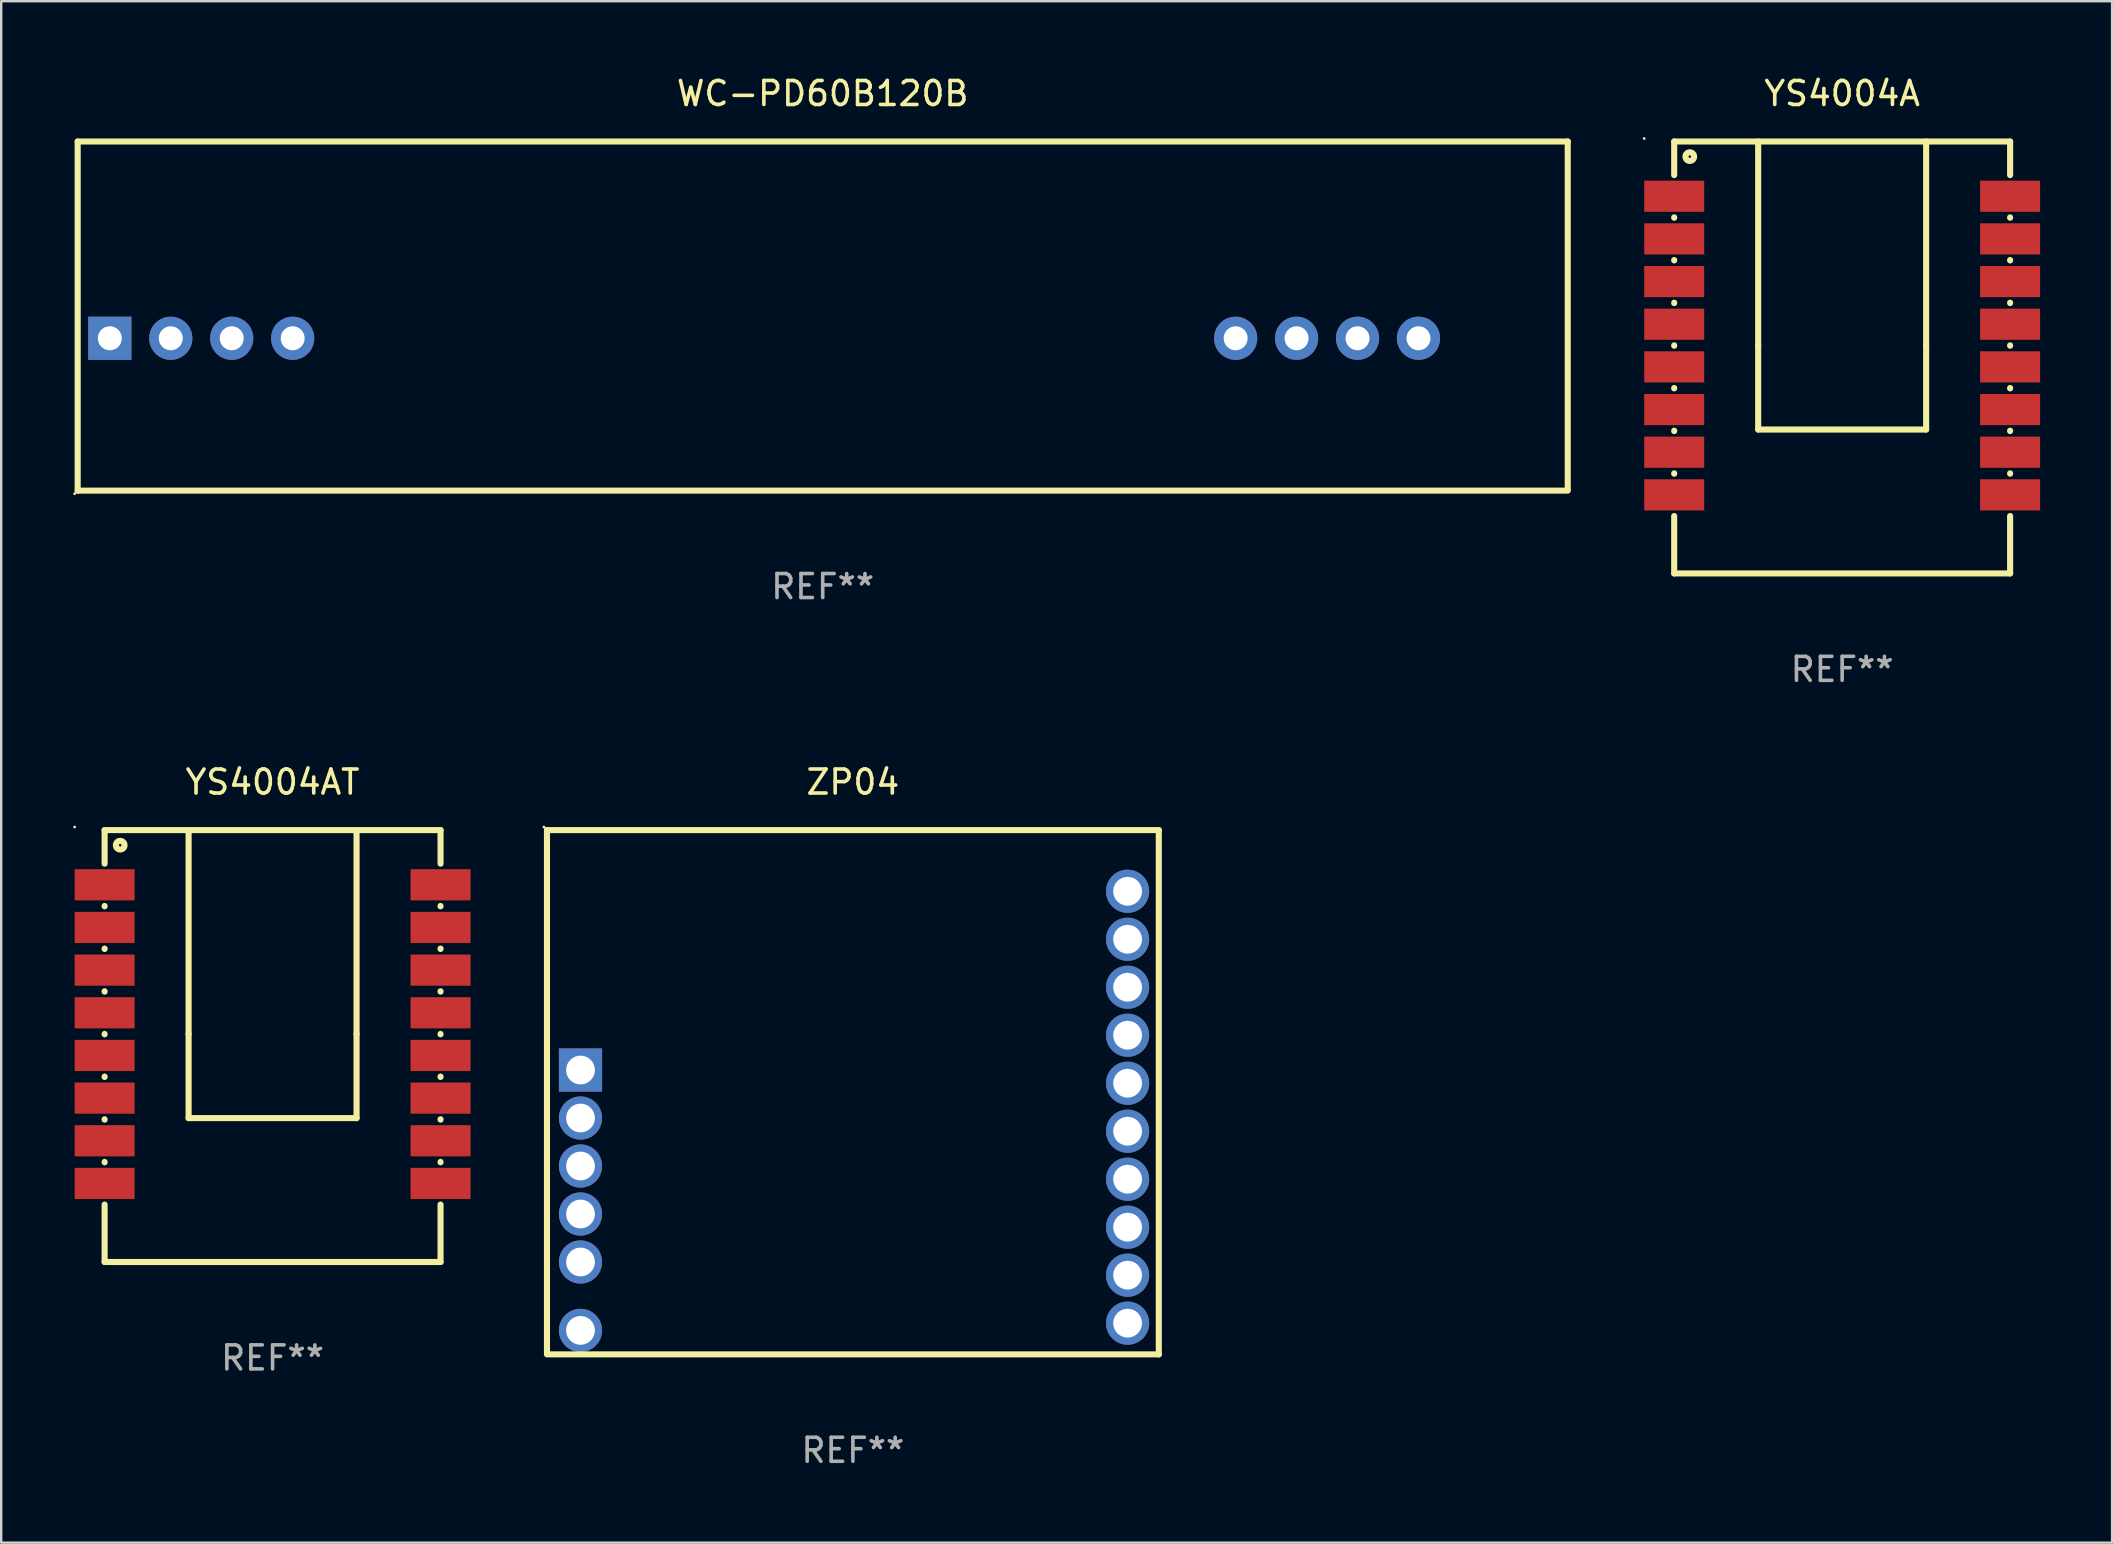
<source format=kicad_pcb>
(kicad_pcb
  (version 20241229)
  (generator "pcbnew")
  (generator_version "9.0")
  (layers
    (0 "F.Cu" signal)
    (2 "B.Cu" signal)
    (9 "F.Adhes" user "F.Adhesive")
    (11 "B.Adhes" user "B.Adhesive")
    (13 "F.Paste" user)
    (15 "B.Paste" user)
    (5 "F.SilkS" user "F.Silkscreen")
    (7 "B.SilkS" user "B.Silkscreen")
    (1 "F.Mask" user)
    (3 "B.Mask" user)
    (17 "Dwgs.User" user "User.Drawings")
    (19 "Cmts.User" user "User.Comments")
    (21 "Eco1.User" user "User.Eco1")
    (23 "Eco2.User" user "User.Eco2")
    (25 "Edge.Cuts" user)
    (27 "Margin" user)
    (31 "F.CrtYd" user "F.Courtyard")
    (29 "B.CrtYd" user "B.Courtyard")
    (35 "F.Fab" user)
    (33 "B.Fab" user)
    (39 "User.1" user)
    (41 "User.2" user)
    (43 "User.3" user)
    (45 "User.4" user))
  (footprint "YS4004A"
    (layer "F.Cu")
    (at 73.724 11.848)
    (property "Reference" "YS4004A" (at 0 -11 0) (layer "F.SilkS") (effects (font (size 1 1) (thickness 0.15))))
    (attr through_hole)
    (fp_line (start -7 -9) (end -7 -7.601) (stroke (width 0.254) (type solid)) (layer "F.SilkS"))
    (fp_line (start -7 -5.839) (end -7 -5.823) (stroke (width 0.254) (type solid)) (layer "F.SilkS"))
    (fp_line (start -7 -4.061) (end -7 -4.045) (stroke (width 0.254) (type solid)) (layer "F.SilkS"))
    (fp_line (start -7 -2.283) (end -7 -2.267) (stroke (width 0.254) (type solid)) (layer "F.SilkS"))
    (fp_line (start -7 -0.505) (end -7 -0.489) (stroke (width 0.254) (type solid)) (layer "F.SilkS"))
    (fp_line (start -7 1.273) (end -7 1.289) (stroke (width 0.254) (type solid)) (layer "F.SilkS"))
    (fp_line (start -7 3.051) (end -7 3.067) (stroke (width 0.254) (type solid)) (layer "F.SilkS"))
    (fp_line (start -7 4.829) (end -7 4.845) (stroke (width 0.254) (type solid)) (layer "F.SilkS"))
    (fp_line (start -7 6.607) (end -7 9) (stroke (width 0.254) (type solid)) (layer "F.SilkS"))
    (fp_line (start -3.5 -0.497) (end -3.5 -9) (stroke (width 0.254) (type solid)) (layer "F.SilkS"))
    (fp_line (start -3.5 -0.497) (end -3.5 3.003) (stroke (width 0.254) (type solid)) (layer "F.SilkS"))
    (fp_line (start 3.5 -0.497) (end 3.5 -9) (stroke (width 0.254) (type solid)) (layer "F.SilkS"))
    (fp_line (start 3.5 -0.497) (end 3.5 3.003) (stroke (width 0.254) (type solid)) (layer "F.SilkS"))
    (fp_line (start 3.5 3.003) (end -3.5 3.003) (stroke (width 0.254) (type solid)) (layer "F.SilkS"))
    (fp_line (start 7 -9) (end -7 -9) (stroke (width 0.254) (type solid)) (layer "F.SilkS"))
    (fp_line (start 7 -9) (end 7 -7.601) (stroke (width 0.254) (type solid)) (layer "F.SilkS"))
    (fp_line (start 7 -5.839) (end 7 -5.823) (stroke (width 0.254) (type solid)) (layer "F.SilkS"))
    (fp_line (start 7 -4.061) (end 7 -4.045) (stroke (width 0.254) (type solid)) (layer "F.SilkS"))
    (fp_line (start 7 -2.283) (end 7 -2.267) (stroke (width 0.254) (type solid)) (layer "F.SilkS"))
    (fp_line (start 7 -0.505) (end 7 -0.489) (stroke (width 0.254) (type solid)) (layer "F.SilkS"))
    (fp_line (start 7 1.273) (end 7 1.289) (stroke (width 0.254) (type solid)) (layer "F.SilkS"))
    (fp_line (start 7 3.051) (end 7 3.067) (stroke (width 0.254) (type solid)) (layer "F.SilkS"))
    (fp_line (start 7 4.829) (end 7 4.845) (stroke (width 0.254) (type solid)) (layer "F.SilkS"))
    (fp_line (start 7 6.607) (end 7 9) (stroke (width 0.254) (type solid)) (layer "F.SilkS"))
    (fp_line (start 7 9) (end -7 9) (stroke (width 0.254) (type solid)) (layer "F.SilkS"))
    (fp_circle (center -8.25 -9.127) (end -8.22 -9.127) (stroke (width 0.06) (type solid)) (fill no) (layer "F.SilkS"))
    (fp_circle (center -6.35 -8.371) (end -6.17 -8.371) (stroke (width 0.254) (type solid)) (fill no) (layer "F.SilkS"))
    (fp_text user "REF**" (at 0 13 0) (layer "F.Fab") (effects (font (size 1 1) (thickness 0.15))))
    (pad "1" smd rect (at -7 -6.72) (size 2.5 1.3) (layers "F.Cu" "F.Mask" "F.Paste"))
    (pad "2" smd rect (at -7 -4.942) (size 2.5 1.3) (layers "F.Cu" "F.Mask" "F.Paste"))
    (pad "3" smd rect (at -7 -3.164) (size 2.5 1.3) (layers "F.Cu" "F.Mask" "F.Paste"))
    (pad "4" smd rect (at -7 -1.386) (size 2.5 1.3) (layers "F.Cu" "F.Mask" "F.Paste"))
    (pad "5" smd rect (at -7 0.392) (size 2.5 1.3) (layers "F.Cu" "F.Mask" "F.Paste"))
    (pad "6" smd rect (at -7 2.17) (size 2.5 1.3) (layers "F.Cu" "F.Mask" "F.Paste"))
    (pad "7" smd rect (at -7 3.948) (size 2.5 1.3) (layers "F.Cu" "F.Mask" "F.Paste"))
    (pad "8" smd rect (at -7 5.726) (size 2.5 1.3) (layers "F.Cu" "F.Mask" "F.Paste"))
    (pad "9" smd rect (at 7 5.726) (size 2.5 1.3) (layers "F.Cu" "F.Mask" "F.Paste"))
    (pad "10" smd rect (at 7 3.948) (size 2.5 1.3) (layers "F.Cu" "F.Mask" "F.Paste"))
    (pad "11" smd rect (at 7 2.17) (size 2.5 1.3) (layers "F.Cu" "F.Mask" "F.Paste"))
    (pad "12" smd rect (at 7 0.392) (size 2.5 1.3) (layers "F.Cu" "F.Mask" "F.Paste"))
    (pad "13" smd rect (at 7 -1.386) (size 2.5 1.3) (layers "F.Cu" "F.Mask" "F.Paste"))
    (pad "14" smd rect (at 7 -3.164) (size 2.5 1.3) (layers "F.Cu" "F.Mask" "F.Paste"))
    (pad "15" smd rect (at 7 -4.942) (size 2.5 1.3) (layers "F.Cu" "F.Mask" "F.Paste"))
    (pad "16" smd rect (at 7 -6.72) (size 2.5 1.3) (layers "F.Cu" "F.Mask" "F.Paste")))
  (footprint "WC-PD60B120B"
    (layer "F.Cu")
    (at 31.237 10.123)
    (property "Reference" "WC-PD60B120B" (at 0 -9.275 0) (layer "F.SilkS") (effects (font (size 1 1) (thickness 0.15))))
    (attr through_hole)
    (fp_line (start -31.05 -7.275) (end -31.05 7.275) (stroke (width 0.254) (type solid)) (layer "F.SilkS"))
    (fp_line (start -31.05 7.275) (end 31.05 7.275) (stroke (width 0.254) (type solid)) (layer "F.SilkS"))
    (fp_line (start 31.05 -7.275) (end -31.05 -7.275) (stroke (width 0.254) (type solid)) (layer "F.SilkS"))
    (fp_line (start 31.05 -7.275) (end 31.05 7.225) (stroke (width 0.254) (type solid)) (layer "F.SilkS"))
    (fp_circle (center -31.177 7.402) (end -31.147 7.402) (stroke (width 0.06) (type solid)) (fill no) (layer "F.SilkS"))
    (fp_text user "REF**" (at 0 11.275 0) (layer "F.Fab") (effects (font (size 1 1) (thickness 0.15))))
    (pad "1" thru_hole rect (at -29.71 0.925) (size 1.8 1.8) (drill 1) (layers "*.Cu" "*.Mask"))
    (pad "2" thru_hole circle (at -27.17 0.925) (size 1.8 1.8) (drill 1) (layers "*.Cu" "*.Mask"))
    (pad "3" thru_hole circle (at -24.63 0.925) (size 1.8 1.8) (drill 1) (layers "*.Cu" "*.Mask"))
    (pad "4" thru_hole circle (at -22.09 0.925) (size 1.8 1.8) (drill 1) (layers "*.Cu" "*.Mask"))
    (pad "5" thru_hole circle (at 17.21 0.925) (size 1.8 1.8) (drill 1) (layers "*.Cu" "*.Mask"))
    (pad "6" thru_hole circle (at 19.75 0.925) (size 1.8 1.8) (drill 1) (layers "*.Cu" "*.Mask"))
    (pad "7" thru_hole circle (at 22.29 0.925) (size 1.8 1.8) (drill 1) (layers "*.Cu" "*.Mask"))
    (pad "8" thru_hole circle (at 24.83 0.925) (size 1.8 1.8) (drill 1) (layers "*.Cu" "*.Mask")))
  (footprint "YS4004AT"
    (layer "F.Cu")
    (at 8.31 40.545)
    (property "Reference" "YS4004AT" (at 0 -11 0) (layer "F.SilkS") (effects (font (size 1 1) (thickness 0.15))))
    (attr through_hole)
    (fp_line (start -7 -9) (end -7 -7.601) (stroke (width 0.254) (type solid)) (layer "F.SilkS"))
    (fp_line (start -7 -5.839) (end -7 -5.823) (stroke (width 0.254) (type solid)) (layer "F.SilkS"))
    (fp_line (start -7 -4.061) (end -7 -4.045) (stroke (width 0.254) (type solid)) (layer "F.SilkS"))
    (fp_line (start -7 -2.283) (end -7 -2.267) (stroke (width 0.254) (type solid)) (layer "F.SilkS"))
    (fp_line (start -7 -0.505) (end -7 -0.489) (stroke (width 0.254) (type solid)) (layer "F.SilkS"))
    (fp_line (start -7 1.273) (end -7 1.289) (stroke (width 0.254) (type solid)) (layer "F.SilkS"))
    (fp_line (start -7 3.051) (end -7 3.067) (stroke (width 0.254) (type solid)) (layer "F.SilkS"))
    (fp_line (start -7 4.829) (end -7 4.845) (stroke (width 0.254) (type solid)) (layer "F.SilkS"))
    (fp_line (start -7 6.607) (end -7 9) (stroke (width 0.254) (type solid)) (layer "F.SilkS"))
    (fp_line (start -3.5 -0.497) (end -3.5 -9) (stroke (width 0.254) (type solid)) (layer "F.SilkS"))
    (fp_line (start -3.5 -0.497) (end -3.5 3.003) (stroke (width 0.254) (type solid)) (layer "F.SilkS"))
    (fp_line (start 3.5 -0.497) (end 3.5 -9) (stroke (width 0.254) (type solid)) (layer "F.SilkS"))
    (fp_line (start 3.5 -0.497) (end 3.5 3.003) (stroke (width 0.254) (type solid)) (layer "F.SilkS"))
    (fp_line (start 3.5 3.003) (end -3.5 3.003) (stroke (width 0.254) (type solid)) (layer "F.SilkS"))
    (fp_line (start 7 -9) (end -7 -9) (stroke (width 0.254) (type solid)) (layer "F.SilkS"))
    (fp_line (start 7 -9) (end 7 -7.601) (stroke (width 0.254) (type solid)) (layer "F.SilkS"))
    (fp_line (start 7 -5.839) (end 7 -5.823) (stroke (width 0.254) (type solid)) (layer "F.SilkS"))
    (fp_line (start 7 -4.061) (end 7 -4.045) (stroke (width 0.254) (type solid)) (layer "F.SilkS"))
    (fp_line (start 7 -2.283) (end 7 -2.267) (stroke (width 0.254) (type solid)) (layer "F.SilkS"))
    (fp_line (start 7 -0.505) (end 7 -0.489) (stroke (width 0.254) (type solid)) (layer "F.SilkS"))
    (fp_line (start 7 1.273) (end 7 1.289) (stroke (width 0.254) (type solid)) (layer "F.SilkS"))
    (fp_line (start 7 3.051) (end 7 3.067) (stroke (width 0.254) (type solid)) (layer "F.SilkS"))
    (fp_line (start 7 4.829) (end 7 4.845) (stroke (width 0.254) (type solid)) (layer "F.SilkS"))
    (fp_line (start 7 6.607) (end 7 9) (stroke (width 0.254) (type solid)) (layer "F.SilkS"))
    (fp_line (start 7 9) (end -7 9) (stroke (width 0.254) (type solid)) (layer "F.SilkS"))
    (fp_circle (center -8.25 -9.127) (end -8.22 -9.127) (stroke (width 0.06) (type solid)) (fill no) (layer "F.SilkS"))
    (fp_circle (center -6.35 -8.371) (end -6.17 -8.371) (stroke (width 0.254) (type solid)) (fill no) (layer "F.SilkS"))
    (fp_text user "REF**" (at 0 13 0) (layer "F.Fab") (effects (font (size 1 1) (thickness 0.15))))
    (pad "1" smd rect (at -7 -6.72) (size 2.5 1.3) (layers "F.Cu" "F.Mask" "F.Paste"))
    (pad "2" smd rect (at -7 -4.942) (size 2.5 1.3) (layers "F.Cu" "F.Mask" "F.Paste"))
    (pad "3" smd rect (at -7 -3.164) (size 2.5 1.3) (layers "F.Cu" "F.Mask" "F.Paste"))
    (pad "4" smd rect (at -7 -1.386) (size 2.5 1.3) (layers "F.Cu" "F.Mask" "F.Paste"))
    (pad "5" smd rect (at -7 0.392) (size 2.5 1.3) (layers "F.Cu" "F.Mask" "F.Paste"))
    (pad "6" smd rect (at -7 2.17) (size 2.5 1.3) (layers "F.Cu" "F.Mask" "F.Paste"))
    (pad "7" smd rect (at -7 3.948) (size 2.5 1.3) (layers "F.Cu" "F.Mask" "F.Paste"))
    (pad "8" smd rect (at -7 5.726) (size 2.5 1.3) (layers "F.Cu" "F.Mask" "F.Paste"))
    (pad "9" smd rect (at 7 5.726) (size 2.5 1.3) (layers "F.Cu" "F.Mask" "F.Paste"))
    (pad "10" smd rect (at 7 3.948) (size 2.5 1.3) (layers "F.Cu" "F.Mask" "F.Paste"))
    (pad "11" smd rect (at 7 2.17) (size 2.5 1.3) (layers "F.Cu" "F.Mask" "F.Paste"))
    (pad "12" smd rect (at 7 0.392) (size 2.5 1.3) (layers "F.Cu" "F.Mask" "F.Paste"))
    (pad "13" smd rect (at 7 -1.386) (size 2.5 1.3) (layers "F.Cu" "F.Mask" "F.Paste"))
    (pad "14" smd rect (at 7 -3.164) (size 2.5 1.3) (layers "F.Cu" "F.Mask" "F.Paste"))
    (pad "15" smd rect (at 7 -4.942) (size 2.5 1.3) (layers "F.Cu" "F.Mask" "F.Paste"))
    (pad "16" smd rect (at 7 -6.72) (size 2.5 1.3) (layers "F.Cu" "F.Mask" "F.Paste")))
  (footprint "ZP04"
    (layer "F.Cu")
    (at 32.495 42.47)
    (property "Reference" "ZP04" (at 0 -12.925 0) (layer "F.SilkS") (effects (font (size 1 1) (thickness 0.15))))
    (attr through_hole)
    (fp_line (start -12.749 -10.925) (end -12.749 10.925) (stroke (width 0.254) (type solid)) (layer "F.SilkS"))
    (fp_line (start -12.652 10.925) (end 12.749 10.925) (stroke (width 0.254) (type solid)) (layer "F.SilkS"))
    (fp_line (start 12.749 -10.925) (end -12.749 -10.925) (stroke (width 0.254) (type solid)) (layer "F.SilkS"))
    (fp_line (start 12.749 10.925) (end 12.749 -10.925) (stroke (width 0.254) (type solid)) (layer "F.SilkS"))
    (fp_circle (center -12.876 -11.052) (end -12.846 -11.052) (stroke (width 0.06) (type solid)) (fill no) (layer "F.SilkS"))
    (fp_text user "REF**" (at 0 14.925 0) (layer "F.Fab") (effects (font (size 1 1) (thickness 0.15))))
    (pad "1" thru_hole rect (at -11.352 -0.925) (size 1.8 1.8) (drill 1.2) (layers "*.Cu" "*.Mask"))
    (pad "2" thru_hole circle (at -11.352 1.075) (size 1.8 1.8) (drill 1.2) (layers "*.Cu" "*.Mask"))
    (pad "3" thru_hole circle (at -11.352 3.075) (size 1.8 1.8) (drill 1.2) (layers "*.Cu" "*.Mask"))
    (pad "4" thru_hole circle (at -11.352 5.075) (size 1.8 1.8) (drill 1.2) (layers "*.Cu" "*.Mask"))
    (pad "5" thru_hole circle (at -11.352 7.075) (size 1.8 1.8) (drill 1.2) (layers "*.Cu" "*.Mask"))
    (pad "6" thru_hole circle (at -11.352 9.925) (size 1.8 1.8) (drill 1.2) (layers "*.Cu" "*.Mask"))
    (pad "7" thru_hole circle (at 11.449 9.625) (size 1.8 1.8) (drill 1.2) (layers "*.Cu" "*.Mask"))
    (pad "8" thru_hole circle (at 11.449 7.625) (size 1.8 1.8) (drill 1.2) (layers "*.Cu" "*.Mask"))
    (pad "9" thru_hole circle (at 11.449 5.625) (size 1.8 1.8) (drill 1.2) (layers "*.Cu" "*.Mask"))
    (pad "10" thru_hole circle (at 11.449 3.625) (size 1.8 1.8) (drill 1.2) (layers "*.Cu" "*.Mask"))
    (pad "11" thru_hole circle (at 11.449 1.625) (size 1.8 1.8) (drill 1.2) (layers "*.Cu" "*.Mask"))
    (pad "12" thru_hole circle (at 11.449 -0.375) (size 1.8 1.8) (drill 1.2) (layers "*.Cu" "*.Mask"))
    (pad "13" thru_hole circle (at 11.449 -2.375) (size 1.8 1.8) (drill 1.2) (layers "*.Cu" "*.Mask"))
    (pad "14" thru_hole circle (at 11.449 -4.375) (size 1.8 1.8) (drill 1.2) (layers "*.Cu" "*.Mask"))
    (pad "15" thru_hole circle (at 11.449 -6.375) (size 1.8 1.8) (drill 1.2) (layers "*.Cu" "*.Mask"))
    (pad "16" thru_hole circle (at 11.449 -8.375) (size 1.8 1.8) (drill 1.2) (layers "*.Cu" "*.Mask")))
  (gr_rect
    (start -3 -3)
    (end 84.974 61.243)
    (stroke (width 0.1) (type default))
    (fill no)
    (layer "Edge.Cuts")))
</source>
